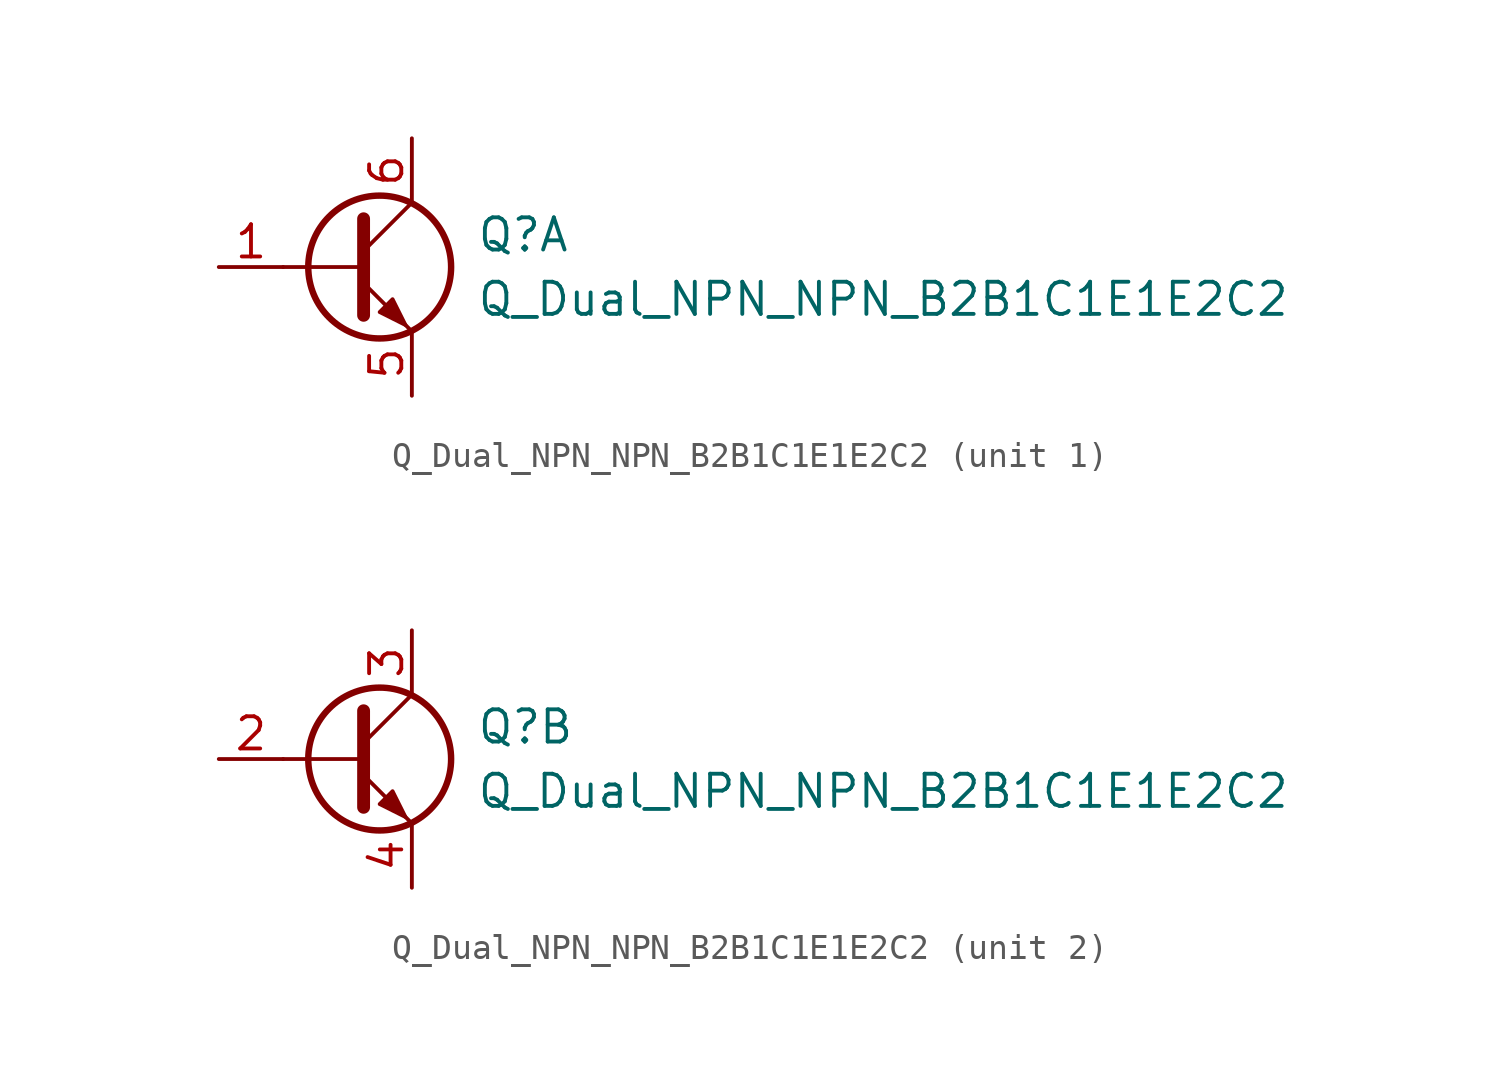
<source format=kicad_sym>
(kicad_symbol_lib
  (version 20241209)
  (generator "kicad_symbol_editor")
  (generator_version "9.0")
  (symbol "Q_Dual_NPN_NPN_B2B1C1E1E2C2"
    (pin_names
      (offset 0)
      (hide yes))
    (property "Reference" "Q"
      (at 5.08 1.27 0)
      (effects (font (size 1.27 1.27)) (justify left)))
    (property "Value" "Q_Dual_NPN_NPN_B2B1C1E1E2C2"
      (at 5.08 -1.27 0)
      (effects (font (size 1.27 1.27)) (justify left)))
    (property "ki_locked" ""
      (at 0 0 0)
      (effects (font (size 1.27 1.27))))
    (symbol "Q_Dual_NPN_NPN_B2B1C1E1E2C2_0_1"
      (polyline (pts (xy 0.635 1.905) (xy 0.635 -1.905)) (stroke (width 0.508) (type default)) (fill (type none)))
      (polyline (pts (xy 0.635 0.635) (xy 2.54 2.54)) (stroke (width 0) (type default)) (fill (type none)))
      (polyline (pts (xy 0.635 0) (xy -2.54 0)) (stroke (width 0) (type default)) (fill (type none)))
      (polyline (pts (xy 0.635 -0.635) (xy 2.54 -2.54)) (stroke (width 0) (type default)) (fill (type none)))
      (circle (center 1.27 0) (radius 2.819) (stroke (width 0.254) (type default)) (fill (type none)))
      (polyline (pts (xy 1.27 -1.778) (xy 1.778 -1.27) (xy 2.286 -2.286) (xy 1.27 -1.778)) (stroke (width 0) (type default)) (fill (type outline))))
    (symbol "Q_Dual_NPN_NPN_B2B1C1E1E2C2_1_1"
      (pin input line (at -5.08 0 0) (length 2.54) (name "B1" (effects (font (size 1.27 1.27)))) (number "1" (effects (font (size 1.27 1.27)))))
      (pin passive line (at 2.54 5.08 270) (length 2.54) (name "C1" (effects (font (size 1.27 1.27)))) (number "6" (effects (font (size 1.27 1.27)))))
      (pin passive line (at 2.54 -5.08 90) (length 2.54) (name "E1" (effects (font (size 1.27 1.27)))) (number "5" (effects (font (size 1.27 1.27))))))
    (symbol "Q_Dual_NPN_NPN_B2B1C1E1E2C2_2_1"
      (pin input line (at -5.08 0 0) (length 2.54) (name "B2" (effects (font (size 1.27 1.27)))) (number "2" (effects (font (size 1.27 1.27)))))
      (pin passive line (at 2.54 5.08 270) (length 2.54) (name "C2" (effects (font (size 1.27 1.27)))) (number "3" (effects (font (size 1.27 1.27)))))
      (pin passive line (at 2.54 -5.08 90) (length 2.54) (name "E2" (effects (font (size 1.27 1.27)))) (number "4" (effects (font (size 1.27 1.27))))))))
</source>
